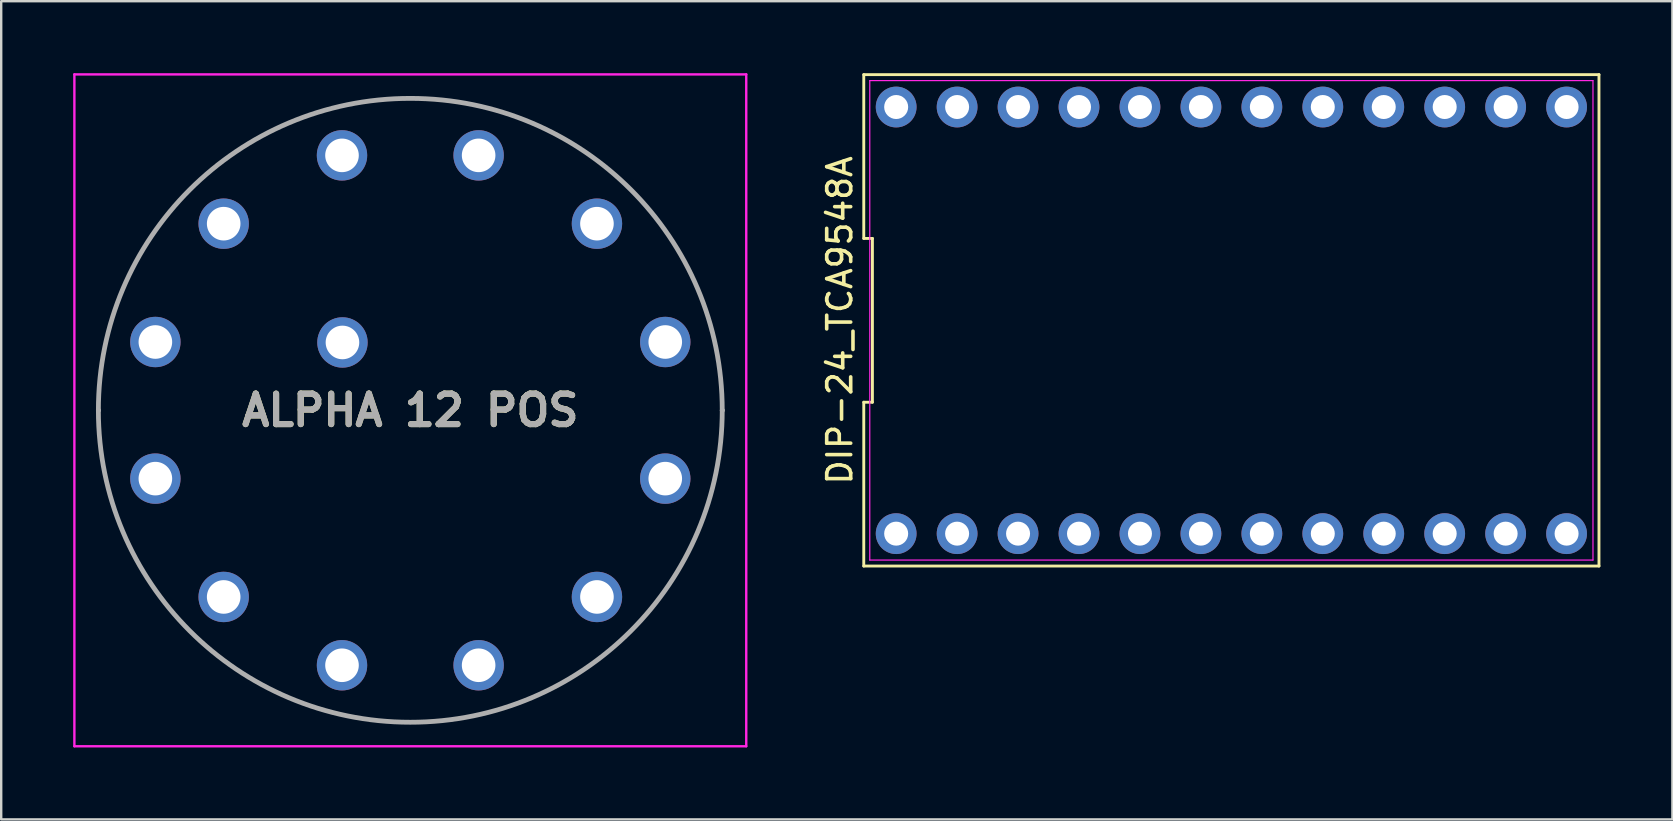
<source format=kicad_pcb>
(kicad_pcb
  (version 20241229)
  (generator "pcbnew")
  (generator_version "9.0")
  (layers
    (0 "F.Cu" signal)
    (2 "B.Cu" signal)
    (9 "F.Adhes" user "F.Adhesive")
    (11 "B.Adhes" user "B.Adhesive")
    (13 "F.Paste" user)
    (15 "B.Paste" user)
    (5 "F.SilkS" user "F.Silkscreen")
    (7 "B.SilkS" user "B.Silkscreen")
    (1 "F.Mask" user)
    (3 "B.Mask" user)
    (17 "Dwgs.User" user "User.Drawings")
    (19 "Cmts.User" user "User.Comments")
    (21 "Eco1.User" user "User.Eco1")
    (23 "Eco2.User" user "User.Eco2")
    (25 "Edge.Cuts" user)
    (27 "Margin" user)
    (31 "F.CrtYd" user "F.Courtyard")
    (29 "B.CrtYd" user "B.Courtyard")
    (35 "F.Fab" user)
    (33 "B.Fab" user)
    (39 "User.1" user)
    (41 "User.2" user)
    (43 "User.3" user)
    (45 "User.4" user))
  (footprint "ALPHA 12 POS"
    (layer "F.Cu")
    (at 3.425 11.203)
    (property "Reference" "ALPHA 12 POS" (at 10.625 2.847 0) (layer "F.SilkS") (effects (font (size 1.27 1.27) (thickness 0.254))))
    (attr through_hole)
    (fp_line (start -2.375 2.847) (end -2.375 2.847) (stroke (width 0.1) (type solid)) (layer "F.SilkS"))
    (fp_line (start 23.625 2.847) (end 23.625 2.847) (stroke (width 0.1) (type solid)) (layer "F.SilkS"))
    (fp_arc (start -2.375 2.847) (mid 10.625 -10.153) (end 23.625 2.847) (stroke (width 0.1) (type solid)) (layer "F.SilkS"))
    (fp_arc (start 23.625 2.847) (mid 10.625 15.847) (end -2.375 2.847) (stroke (width 0.1) (type solid)) (layer "F.SilkS"))
    (fp_line (start -3.375 -11.153) (end 24.625 -11.153) (stroke (width 0.1) (type solid)) (layer "F.CrtYd"))
    (fp_line (start -3.375 16.847) (end -3.375 -11.153) (stroke (width 0.1) (type solid)) (layer "F.CrtYd"))
    (fp_line (start 24.625 -11.153) (end 24.625 16.847) (stroke (width 0.1) (type solid)) (layer "F.CrtYd"))
    (fp_line (start 24.625 16.847) (end -3.375 16.847) (stroke (width 0.1) (type solid)) (layer "F.CrtYd"))
    (fp_line (start -2.375 2.847) (end -2.375 2.847) (stroke (width 0.2) (type solid)) (layer "F.Fab"))
    (fp_line (start 23.625 2.847) (end 23.625 2.847) (stroke (width 0.2) (type solid)) (layer "F.Fab"))
    (fp_arc (start -2.375 2.847) (mid 10.625 -10.153) (end 23.625 2.847) (stroke (width 0.2) (type solid)) (layer "F.Fab"))
    (fp_arc (start 23.625 2.847) (mid 10.625 15.847) (end -2.375 2.847) (stroke (width 0.2) (type solid)) (layer "F.Fab"))
    (fp_text user "${REFERENCE}" (at 10.625 2.847 0) (layer "F.Fab") (effects (font (size 1.27 1.27) (thickness 0.254))))
    (pad "1" thru_hole circle (at 0 0) (size 2.1 2.1) (drill 1.4) (layers "*.Cu" "*.Mask"))
    (pad "2" thru_hole circle (at 2.847 -4.931) (size 2.1 2.1) (drill 1.4) (layers "*.Cu" "*.Mask"))
    (pad "3" thru_hole circle (at 7.778 -7.778) (size 2.1 2.1) (drill 1.4) (layers "*.Cu" "*.Mask"))
    (pad "4" thru_hole circle (at 13.472 -7.778) (size 2.1 2.1) (drill 1.4) (layers "*.Cu" "*.Mask"))
    (pad "5" thru_hole circle (at 18.403 -4.931) (size 2.1 2.1) (drill 1.4) (layers "*.Cu" "*.Mask"))
    (pad "6" thru_hole circle (at 21.25 0) (size 2.1 2.1) (drill 1.4) (layers "*.Cu" "*.Mask"))
    (pad "7" thru_hole circle (at 21.25 5.694) (size 2.1 2.1) (drill 1.4) (layers "*.Cu" "*.Mask"))
    (pad "8" thru_hole circle (at 18.403 10.625) (size 2.1 2.1) (drill 1.4) (layers "*.Cu" "*.Mask"))
    (pad "9" thru_hole circle (at 13.472 13.472) (size 2.1 2.1) (drill 1.4) (layers "*.Cu" "*.Mask"))
    (pad "10" thru_hole circle (at 7.778 13.472) (size 2.1 2.1) (drill 1.4) (layers "*.Cu" "*.Mask"))
    (pad "11" thru_hole circle (at 2.847 10.625) (size 2.1 2.1) (drill 1.4) (layers "*.Cu" "*.Mask"))
    (pad "12" thru_hole circle (at 0 5.694) (size 2.1 2.1) (drill 1.4) (layers "*.Cu" "*.Mask"))
    (pad "A1" thru_hole circle (at 7.797 0.019) (size 2.1 2.1) (drill 1.4) (layers "*.Cu" "*.Mask")))
  (footprint "DIP-24_TCA9548A"
    (layer "F.Cu")
    (at 48.268 10.3)
    (property "Reference" "DIP-24_TCA9548A" (at -16.32 0 90) (layer "F.SilkS") (effects (font (size 1 1) (thickness 0.15))))
    (attr through_hole)
    (fp_line (start -15.32 -10.24) (end -15.32 -3.413) (stroke (width 0.12) (type default)) (layer "F.SilkS"))
    (fp_line (start -15.32 -3.413) (end -14.96 -3.413) (stroke (width 0.12) (type default)) (layer "F.SilkS"))
    (fp_line (start -15.32 3.413) (end -15.32 10.24) (stroke (width 0.12) (type default)) (layer "F.SilkS"))
    (fp_line (start -15.32 10.24) (end 15.32 10.24) (stroke (width 0.12) (type default)) (layer "F.SilkS"))
    (fp_line (start -14.96 -3.413) (end -14.96 3.413) (stroke (width 0.12) (type default)) (layer "F.SilkS"))
    (fp_line (start -14.96 3.413) (end -15.32 3.413) (stroke (width 0.12) (type default)) (layer "F.SilkS"))
    (fp_line (start 15.32 -10.24) (end -15.32 -10.24) (stroke (width 0.12) (type default)) (layer "F.SilkS"))
    (fp_line (start 15.32 10.24) (end 15.32 -10.24) (stroke (width 0.12) (type default)) (layer "F.SilkS"))
    (fp_line (start -15.07 -9.99) (end 15.07 -9.99) (stroke (width 0.05) (type default)) (layer "F.CrtYd"))
    (fp_line (start -15.07 9.99) (end -15.07 -9.99) (stroke (width 0.05) (type default)) (layer "F.CrtYd"))
    (fp_line (start 15.07 -9.99) (end 15.07 9.99) (stroke (width 0.05) (type default)) (layer "F.CrtYd"))
    (fp_line (start 15.07 9.99) (end -15.07 9.99) (stroke (width 0.05) (type default)) (layer "F.CrtYd"))
    (pad "1" thru_hole circle (at -13.97 8.89) (size 1.7 1.7) (drill 1) (layers "*.Cu" "*.Mask"))
    (pad "2" thru_hole circle (at -11.43 8.89) (size 1.7 1.7) (drill 1) (layers "*.Cu" "*.Mask"))
    (pad "3" thru_hole circle (at -8.89 8.89) (size 1.7 1.7) (drill 1) (layers "*.Cu" "*.Mask"))
    (pad "4" thru_hole circle (at -6.35 8.89) (size 1.7 1.7) (drill 1) (layers "*.Cu" "*.Mask"))
    (pad "5" thru_hole circle (at -3.81 8.89) (size 1.7 1.7) (drill 1) (layers "*.Cu" "*.Mask"))
    (pad "6" thru_hole circle (at -1.27 8.89) (size 1.7 1.7) (drill 1) (layers "*.Cu" "*.Mask"))
    (pad "7" thru_hole circle (at 1.27 8.89) (size 1.7 1.7) (drill 1) (layers "*.Cu" "*.Mask"))
    (pad "8" thru_hole circle (at 3.81 8.89) (size 1.7 1.7) (drill 1) (layers "*.Cu" "*.Mask"))
    (pad "9" thru_hole circle (at 6.35 8.89) (size 1.7 1.7) (drill 1) (layers "*.Cu" "*.Mask"))
    (pad "10" thru_hole circle (at 8.89 8.89) (size 1.7 1.7) (drill 1) (layers "*.Cu" "*.Mask"))
    (pad "11" thru_hole circle (at 11.43 8.89) (size 1.7 1.7) (drill 1) (layers "*.Cu" "*.Mask"))
    (pad "12" thru_hole circle (at 13.97 8.89) (size 1.7 1.7) (drill 1) (layers "*.Cu" "*.Mask"))
    (pad "13" thru_hole circle (at 13.97 -8.89) (size 1.7 1.7) (drill 1) (layers "*.Cu" "*.Mask"))
    (pad "14" thru_hole circle (at 11.43 -8.89) (size 1.7 1.7) (drill 1) (layers "*.Cu" "*.Mask"))
    (pad "15" thru_hole circle (at 8.89 -8.89) (size 1.7 1.7) (drill 1) (layers "*.Cu" "*.Mask"))
    (pad "16" thru_hole circle (at 6.35 -8.89) (size 1.7 1.7) (drill 1) (layers "*.Cu" "*.Mask"))
    (pad "17" thru_hole circle (at 3.81 -8.89) (size 1.7 1.7) (drill 1) (layers "*.Cu" "*.Mask"))
    (pad "18" thru_hole circle (at 1.27 -8.89) (size 1.7 1.7) (drill 1) (layers "*.Cu" "*.Mask"))
    (pad "19" thru_hole circle (at -1.27 -8.89) (size 1.7 1.7) (drill 1) (layers "*.Cu" "*.Mask"))
    (pad "20" thru_hole circle (at -3.81 -8.89) (size 1.7 1.7) (drill 1) (layers "*.Cu" "*.Mask"))
    (pad "21" thru_hole circle (at -6.35 -8.89) (size 1.7 1.7) (drill 1) (layers "*.Cu" "*.Mask"))
    (pad "22" thru_hole circle (at -8.89 -8.89) (size 1.7 1.7) (drill 1) (layers "*.Cu" "*.Mask"))
    (pad "23" thru_hole circle (at -11.43 -8.89) (size 1.7 1.7) (drill 1) (layers "*.Cu" "*.Mask"))
    (pad "24" thru_hole circle (at -13.97 -8.89) (size 1.7 1.7) (drill 1) (layers "*.Cu" "*.Mask")))
  (gr_rect
    (start -3 -3)
    (end 66.648 31.1)
    (stroke (width 0.1) (type default))
    (fill no)
    (layer "Edge.Cuts")))
</source>
